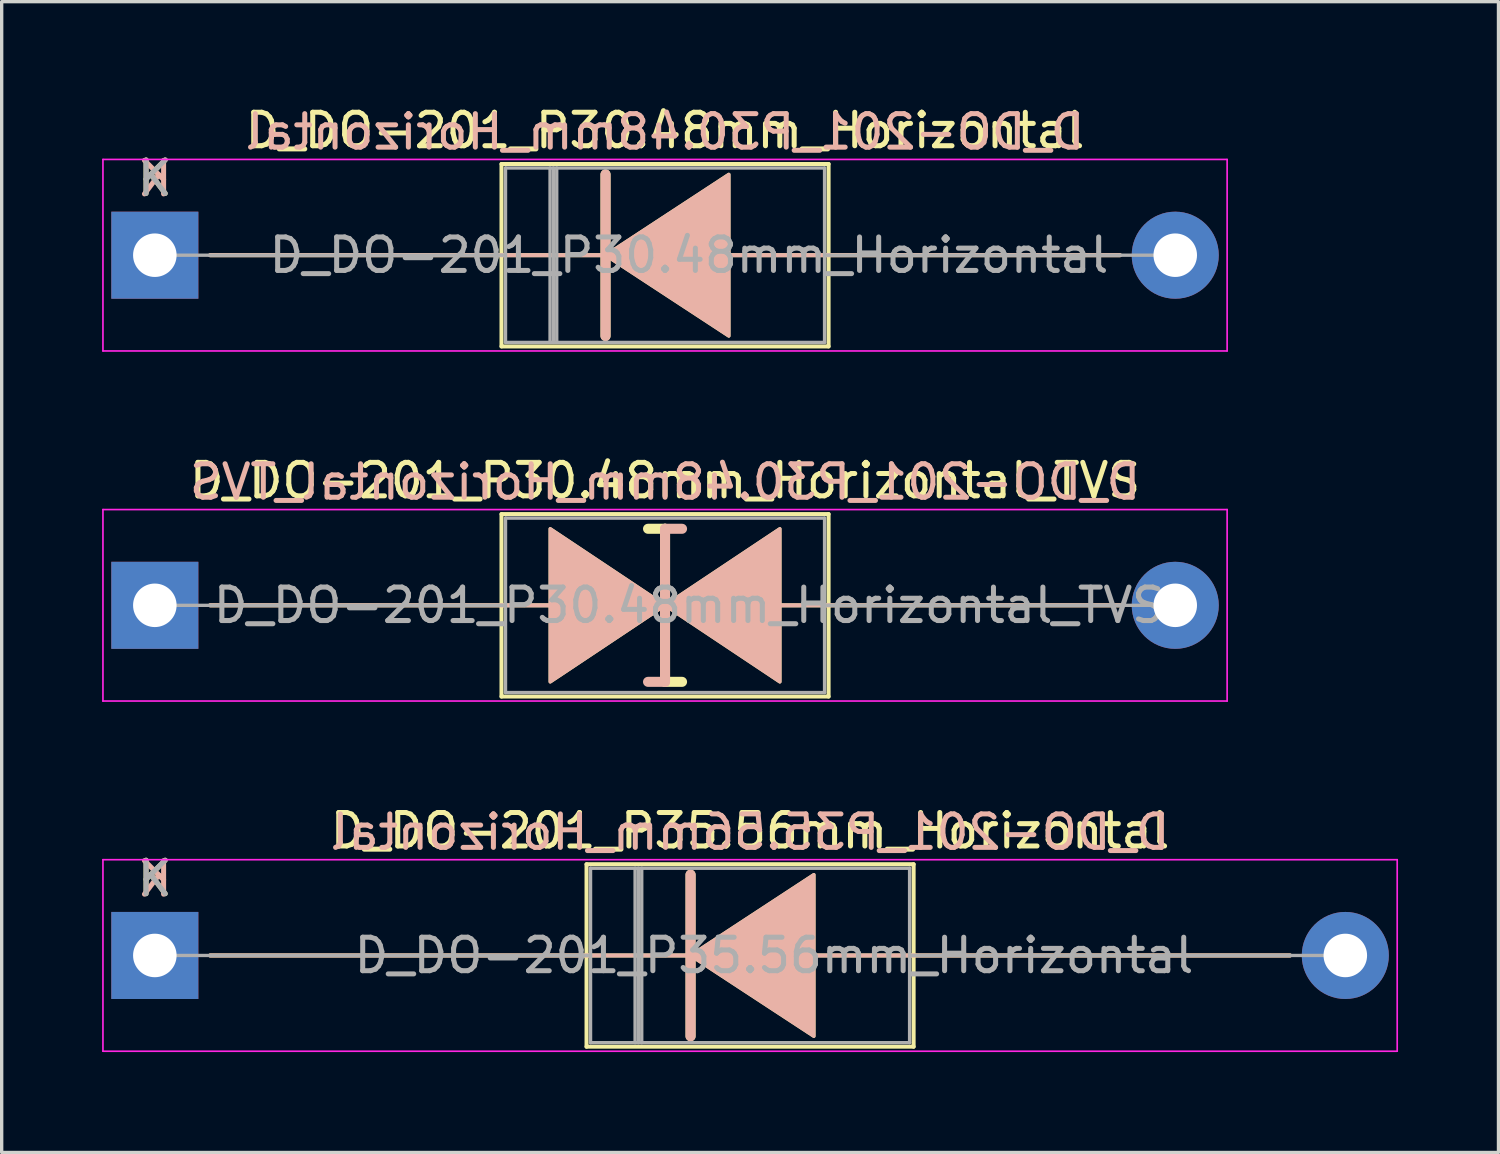
<source format=kicad_pcb>
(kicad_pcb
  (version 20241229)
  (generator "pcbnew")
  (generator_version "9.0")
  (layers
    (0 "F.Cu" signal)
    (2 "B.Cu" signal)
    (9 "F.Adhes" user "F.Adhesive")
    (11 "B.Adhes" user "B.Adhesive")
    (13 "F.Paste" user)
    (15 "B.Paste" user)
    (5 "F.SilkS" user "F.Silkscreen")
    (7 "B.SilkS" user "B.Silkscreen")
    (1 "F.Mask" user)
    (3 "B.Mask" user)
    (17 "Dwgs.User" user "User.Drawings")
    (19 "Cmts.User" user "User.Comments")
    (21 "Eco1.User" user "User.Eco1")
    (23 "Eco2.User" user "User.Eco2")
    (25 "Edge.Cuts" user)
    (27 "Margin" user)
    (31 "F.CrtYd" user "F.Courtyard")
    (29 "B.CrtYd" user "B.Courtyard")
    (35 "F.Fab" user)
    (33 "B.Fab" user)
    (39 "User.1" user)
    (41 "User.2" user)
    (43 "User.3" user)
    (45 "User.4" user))
  (footprint "D_DO-201_P30.48mm_Horizontal"
    (layer "F.Cu")
    (at 1.575 4.573)
    (property "Reference" "D_DO-201_P30.48mm_Horizontal" (at 15.24 -3.725 0) (layer "F.SilkS") (effects (font (size 1 1) (thickness 0.15))))
    (fp_line (start 1.651 0) (end 10.355 0) (stroke (width 0.12) (type solid)) (layer "F.SilkS"))
    (fp_line (start 10.355 -2.725) (end 10.355 2.725) (stroke (width 0.12) (type solid)) (layer "F.SilkS"))
    (fp_line (start 10.355 2.725) (end 20.125 2.725) (stroke (width 0.12) (type solid)) (layer "F.SilkS"))
    (fp_line (start 13.462 -2.413) (end 13.462 2.413) (stroke (width 0.3) (type solid)) (layer "F.SilkS"))
    (fp_line (start 13.462 0) (end 10.355 0) (stroke (width 0.12) (type solid)) (layer "F.SilkS"))
    (fp_line (start 17.145 0) (end 20.125 0) (stroke (width 0.12) (type solid)) (layer "F.SilkS"))
    (fp_line (start 20.125 -2.725) (end 10.355 -2.725) (stroke (width 0.12) (type solid)) (layer "F.SilkS"))
    (fp_line (start 20.125 2.725) (end 20.125 -2.725) (stroke (width 0.12) (type solid)) (layer "F.SilkS"))
    (fp_line (start 28.829 0) (end 20.125 0) (stroke (width 0.12) (type solid)) (layer "F.SilkS"))
    (fp_poly (pts (xy 17.145 2.413) (xy 13.462 0) (xy 17.145 -2.413)) (stroke (width 0.1) (type solid)) (fill yes) (layer "F.SilkS"))
    (fp_line (start 1.651 0) (end 10.355 0) (stroke (width 0.12) (type solid)) (layer "B.SilkS"))
    (fp_line (start 13.462 0) (end 10.355 0) (stroke (width 0.12) (type solid)) (layer "B.SilkS"))
    (fp_line (start 13.462 2.413) (end 13.462 -2.413) (stroke (width 0.3) (type solid)) (layer "B.SilkS"))
    (fp_line (start 17.145 0) (end 20.125 0) (stroke (width 0.12) (type solid)) (layer "B.SilkS"))
    (fp_line (start 28.829 0) (end 20.125 0) (stroke (width 0.12) (type solid)) (layer "B.SilkS"))
    (fp_poly (pts (xy 17.145 -2.413) (xy 13.462 0) (xy 17.145 2.413)) (stroke (width 0.1) (type solid)) (fill yes) (layer "B.SilkS"))
    (fp_line (start -1.55 -2.86) (end -1.55 2.86) (stroke (width 0.05) (type solid)) (layer "F.CrtYd"))
    (fp_line (start -1.55 2.86) (end 32.03 2.86) (stroke (width 0.05) (type solid)) (layer "F.CrtYd"))
    (fp_line (start 32.03 -2.86) (end -1.55 -2.86) (stroke (width 0.05) (type solid)) (layer "F.CrtYd"))
    (fp_line (start 32.03 2.86) (end 32.03 -2.86) (stroke (width 0.05) (type solid)) (layer "F.CrtYd"))
    (fp_line (start 0 0) (end 10.475 0) (stroke (width 0.1) (type solid)) (layer "F.Fab"))
    (fp_line (start 10.475 -2.605) (end 10.475 2.605) (stroke (width 0.1) (type solid)) (layer "F.Fab"))
    (fp_line (start 10.475 2.605) (end 20.005 2.605) (stroke (width 0.1) (type solid)) (layer "F.Fab"))
    (fp_line (start 11.805 -2.605) (end 11.805 2.605) (stroke (width 0.1) (type solid)) (layer "F.Fab"))
    (fp_line (start 11.905 -2.605) (end 11.905 2.605) (stroke (width 0.1) (type solid)) (layer "F.Fab"))
    (fp_line (start 12.005 -2.605) (end 12.005 2.605) (stroke (width 0.1) (type solid)) (layer "F.Fab"))
    (fp_line (start 20.005 -2.605) (end 10.475 -2.605) (stroke (width 0.1) (type solid)) (layer "F.Fab"))
    (fp_line (start 20.005 2.605) (end 20.005 -2.605) (stroke (width 0.1) (type solid)) (layer "F.Fab"))
    (fp_line (start 30.48 0) (end 20.005 0) (stroke (width 0.1) (type solid)) (layer "F.Fab"))
    (fp_text user "K" (at 0 -2.3 0) (layer "F.SilkS") (effects (font (size 1 1) (thickness 0.15))))
    (fp_text user "${REFERENCE}" (at 15.24 -3.683 0) (layer "B.SilkS") (effects (font (size 1 1) (thickness 0.15)) (justify mirror)))
    (fp_text user "K" (at 0 -2.286 0) (layer "B.SilkS") (effects (font (size 1 1) (thickness 0.15)) (justify mirror)))
    (fp_text user "K" (at 0 -2.3 0) (layer "F.Fab") (effects (font (size 1 1) (thickness 0.15))))
    (fp_text user "${REFERENCE}" (at 15.955 0 0) (layer "F.Fab") (effects (font (size 1 1) (thickness 0.15))))
    (pad "1" thru_hole rect (at 0 0) (size 2.6 2.6) (drill 1.3) (layers "*.Cu" "*.Mask"))
    (pad "2" thru_hole oval (at 30.48 0) (size 2.6 2.6) (drill 1.3) (layers "*.Cu" "*.Mask")))
  (footprint "D_DO-201_P30.48mm_Horizontal_TVS"
    (layer "F.Cu")
    (at 1.575 15.031)
    (property "Reference" "D_DO-201_P30.48mm_Horizontal_TVS" (at 15.24 -3.725 0) (layer "F.SilkS") (effects (font (size 1 1) (thickness 0.15))))
    (fp_line (start 1.651 0) (end 10.355 0) (stroke (width 0.12) (type solid)) (layer "F.SilkS"))
    (fp_line (start 10.355 -2.725) (end 10.355 2.725) (stroke (width 0.12) (type solid)) (layer "F.SilkS"))
    (fp_line (start 10.355 0) (end 11.811 0) (stroke (width 0.12) (type solid)) (layer "F.SilkS"))
    (fp_line (start 10.355 2.725) (end 20.125 2.725) (stroke (width 0.12) (type solid)) (layer "F.SilkS"))
    (fp_line (start 15.24 -2.286) (end 14.732 -2.286) (stroke (width 0.3) (type solid)) (layer "F.SilkS"))
    (fp_line (start 15.24 2.286) (end 15.24 -2.286) (stroke (width 0.3) (type solid)) (layer "F.SilkS"))
    (fp_line (start 15.748 2.286) (end 15.24 2.286) (stroke (width 0.3) (type solid)) (layer "F.SilkS"))
    (fp_line (start 18.669 0) (end 20.125 0) (stroke (width 0.12) (type solid)) (layer "F.SilkS"))
    (fp_line (start 20.125 -2.725) (end 10.355 -2.725) (stroke (width 0.12) (type solid)) (layer "F.SilkS"))
    (fp_line (start 20.125 2.725) (end 20.125 -2.725) (stroke (width 0.12) (type solid)) (layer "F.SilkS"))
    (fp_line (start 28.829 0) (end 20.125 0) (stroke (width 0.12) (type solid)) (layer "F.SilkS"))
    (fp_poly (pts (xy 15.24 0) (xy 11.811 2.286) (xy 11.811 -2.286)) (stroke (width 0.1) (type solid)) (fill yes) (layer "F.SilkS"))
    (fp_poly (pts (xy 15.24 0) (xy 18.669 -2.286) (xy 18.669 2.286)) (stroke (width 0.1) (type solid)) (fill yes) (layer "F.SilkS"))
    (fp_line (start 1.651 0) (end 10.355 0) (stroke (width 0.12) (type solid)) (layer "B.SilkS"))
    (fp_line (start 10.355 0) (end 11.811 0) (stroke (width 0.12) (type solid)) (layer "B.SilkS"))
    (fp_line (start 15.24 -2.286) (end 15.24 2.286) (stroke (width 0.3) (type solid)) (layer "B.SilkS"))
    (fp_line (start 15.24 2.286) (end 14.732 2.286) (stroke (width 0.3) (type solid)) (layer "B.SilkS"))
    (fp_line (start 15.748 -2.286) (end 15.24 -2.286) (stroke (width 0.3) (type solid)) (layer "B.SilkS"))
    (fp_line (start 18.669 0) (end 20.125 0) (stroke (width 0.12) (type solid)) (layer "B.SilkS"))
    (fp_line (start 28.829 0) (end 20.125 0) (stroke (width 0.12) (type solid)) (layer "B.SilkS"))
    (fp_poly (pts (xy 15.24 0) (xy 11.811 -2.286) (xy 11.811 2.286)) (stroke (width 0.1) (type solid)) (fill yes) (layer "B.SilkS"))
    (fp_poly (pts (xy 15.24 0) (xy 18.669 2.286) (xy 18.669 -2.286)) (stroke (width 0.1) (type solid)) (fill yes) (layer "B.SilkS"))
    (fp_line (start -1.55 -2.86) (end -1.55 2.86) (stroke (width 0.05) (type solid)) (layer "F.CrtYd"))
    (fp_line (start -1.55 2.86) (end 32.03 2.86) (stroke (width 0.05) (type solid)) (layer "F.CrtYd"))
    (fp_line (start 32.03 -2.86) (end -1.55 -2.86) (stroke (width 0.05) (type solid)) (layer "F.CrtYd"))
    (fp_line (start 32.03 2.86) (end 32.03 -2.86) (stroke (width 0.05) (type solid)) (layer "F.CrtYd"))
    (fp_line (start 0 0) (end 10.475 0) (stroke (width 0.1) (type solid)) (layer "F.Fab"))
    (fp_line (start 10.475 -2.605) (end 10.475 2.605) (stroke (width 0.1) (type solid)) (layer "F.Fab"))
    (fp_line (start 10.475 2.605) (end 20.005 2.605) (stroke (width 0.1) (type solid)) (layer "F.Fab"))
    (fp_line (start 20.005 -2.605) (end 10.475 -2.605) (stroke (width 0.1) (type solid)) (layer "F.Fab"))
    (fp_line (start 20.005 2.605) (end 20.005 -2.605) (stroke (width 0.1) (type solid)) (layer "F.Fab"))
    (fp_line (start 30.48 0) (end 20.005 0) (stroke (width 0.1) (type solid)) (layer "F.Fab"))
    (fp_text user "${REFERENCE}" (at 15.24 -3.683 0) (layer "B.SilkS") (effects (font (size 1 1) (thickness 0.15)) (justify mirror)))
    (fp_text user "${REFERENCE}" (at 15.955 0 0) (layer "F.Fab") (effects (font (size 1 1) (thickness 0.15))))
    (pad "1" thru_hole rect (at 0 0) (size 2.6 2.6) (drill 1.3) (layers "*.Cu" "*.Mask"))
    (pad "2" thru_hole oval (at 30.48 0) (size 2.6 2.6) (drill 1.3) (layers "*.Cu" "*.Mask")))
  (footprint "D_DO-201_P35.56mm_Horizontal"
    (layer "F.Cu")
    (at 1.575 25.49)
    (property "Reference" "D_DO-201_P35.56mm_Horizontal" (at 17.78 -3.725 0) (layer "F.SilkS") (effects (font (size 1 1) (thickness 0.15))))
    (fp_line (start 1.651 0) (end 12.895 0) (stroke (width 0.12) (type solid)) (layer "F.SilkS"))
    (fp_line (start 12.895 -2.725) (end 12.895 2.725) (stroke (width 0.12) (type solid)) (layer "F.SilkS"))
    (fp_line (start 12.895 2.725) (end 22.665 2.725) (stroke (width 0.12) (type solid)) (layer "F.SilkS"))
    (fp_line (start 16.002 -2.413) (end 16.002 2.413) (stroke (width 0.3) (type solid)) (layer "F.SilkS"))
    (fp_line (start 16.002 0) (end 12.895 0) (stroke (width 0.12) (type solid)) (layer "F.SilkS"))
    (fp_line (start 19.685 0) (end 22.665 0) (stroke (width 0.12) (type solid)) (layer "F.SilkS"))
    (fp_line (start 22.665 -2.725) (end 12.895 -2.725) (stroke (width 0.12) (type solid)) (layer "F.SilkS"))
    (fp_line (start 22.665 2.725) (end 22.665 -2.725) (stroke (width 0.12) (type solid)) (layer "F.SilkS"))
    (fp_line (start 33.909 0) (end 22.665 0) (stroke (width 0.12) (type solid)) (layer "F.SilkS"))
    (fp_poly (pts (xy 19.685 2.413) (xy 16.002 0) (xy 19.685 -2.413)) (stroke (width 0.1) (type solid)) (fill yes) (layer "F.SilkS"))
    (fp_line (start 1.651 0) (end 12.895 0) (stroke (width 0.12) (type solid)) (layer "B.SilkS"))
    (fp_line (start 16.002 0) (end 12.895 0) (stroke (width 0.12) (type solid)) (layer "B.SilkS"))
    (fp_line (start 16.002 2.413) (end 16.002 -2.413) (stroke (width 0.3) (type solid)) (layer "B.SilkS"))
    (fp_line (start 19.685 0) (end 22.665 0) (stroke (width 0.12) (type solid)) (layer "B.SilkS"))
    (fp_line (start 33.909 0) (end 22.665 0) (stroke (width 0.12) (type solid)) (layer "B.SilkS"))
    (fp_poly (pts (xy 19.685 -2.413) (xy 16.002 0) (xy 19.685 2.413)) (stroke (width 0.1) (type solid)) (fill yes) (layer "B.SilkS"))
    (fp_line (start -1.55 -2.86) (end -1.55 2.86) (stroke (width 0.05) (type solid)) (layer "F.CrtYd"))
    (fp_line (start -1.55 2.86) (end 37.11 2.86) (stroke (width 0.05) (type solid)) (layer "F.CrtYd"))
    (fp_line (start 37.11 -2.86) (end -1.55 -2.86) (stroke (width 0.05) (type solid)) (layer "F.CrtYd"))
    (fp_line (start 37.11 2.86) (end 37.11 -2.86) (stroke (width 0.05) (type solid)) (layer "F.CrtYd"))
    (fp_line (start 0 0) (end 13.015 0) (stroke (width 0.1) (type solid)) (layer "F.Fab"))
    (fp_line (start 13.015 -2.605) (end 13.015 2.605) (stroke (width 0.1) (type solid)) (layer "F.Fab"))
    (fp_line (start 13.015 2.605) (end 22.545 2.605) (stroke (width 0.1) (type solid)) (layer "F.Fab"))
    (fp_line (start 14.345 -2.605) (end 14.345 2.605) (stroke (width 0.1) (type solid)) (layer "F.Fab"))
    (fp_line (start 14.444 -2.605) (end 14.444 2.605) (stroke (width 0.1) (type solid)) (layer "F.Fab"))
    (fp_line (start 14.544 -2.605) (end 14.544 2.605) (stroke (width 0.1) (type solid)) (layer "F.Fab"))
    (fp_line (start 22.545 -2.605) (end 13.015 -2.605) (stroke (width 0.1) (type solid)) (layer "F.Fab"))
    (fp_line (start 22.545 2.605) (end 22.545 -2.605) (stroke (width 0.1) (type solid)) (layer "F.Fab"))
    (fp_line (start 35.56 0) (end 22.545 0) (stroke (width 0.1) (type solid)) (layer "F.Fab"))
    (fp_text user "K" (at 0 -2.3 0) (layer "F.SilkS") (effects (font (size 1 1) (thickness 0.15))))
    (fp_text user "${REFERENCE}" (at 17.78 -3.683 0) (layer "B.SilkS") (effects (font (size 1 1) (thickness 0.15)) (justify mirror)))
    (fp_text user "K" (at 0 -2.286 0) (layer "B.SilkS") (effects (font (size 1 1) (thickness 0.15)) (justify mirror)))
    (fp_text user "${REFERENCE}" (at 18.495 0 0) (layer "F.Fab") (effects (font (size 1 1) (thickness 0.15))))
    (fp_text user "K" (at 0 -2.3 0) (layer "F.Fab") (effects (font (size 1 1) (thickness 0.15))))
    (pad "1" thru_hole rect (at 0 0) (size 2.6 2.6) (drill 1.3) (layers "*.Cu" "*.Mask"))
    (pad "2" thru_hole oval (at 35.56 0) (size 2.6 2.6) (drill 1.3) (layers "*.Cu" "*.Mask")))
  (gr_rect
    (start -3 -3)
    (end 41.71 31.375)
    (stroke (width 0.1) (type default))
    (fill no)
    (layer "Edge.Cuts")))
</source>
